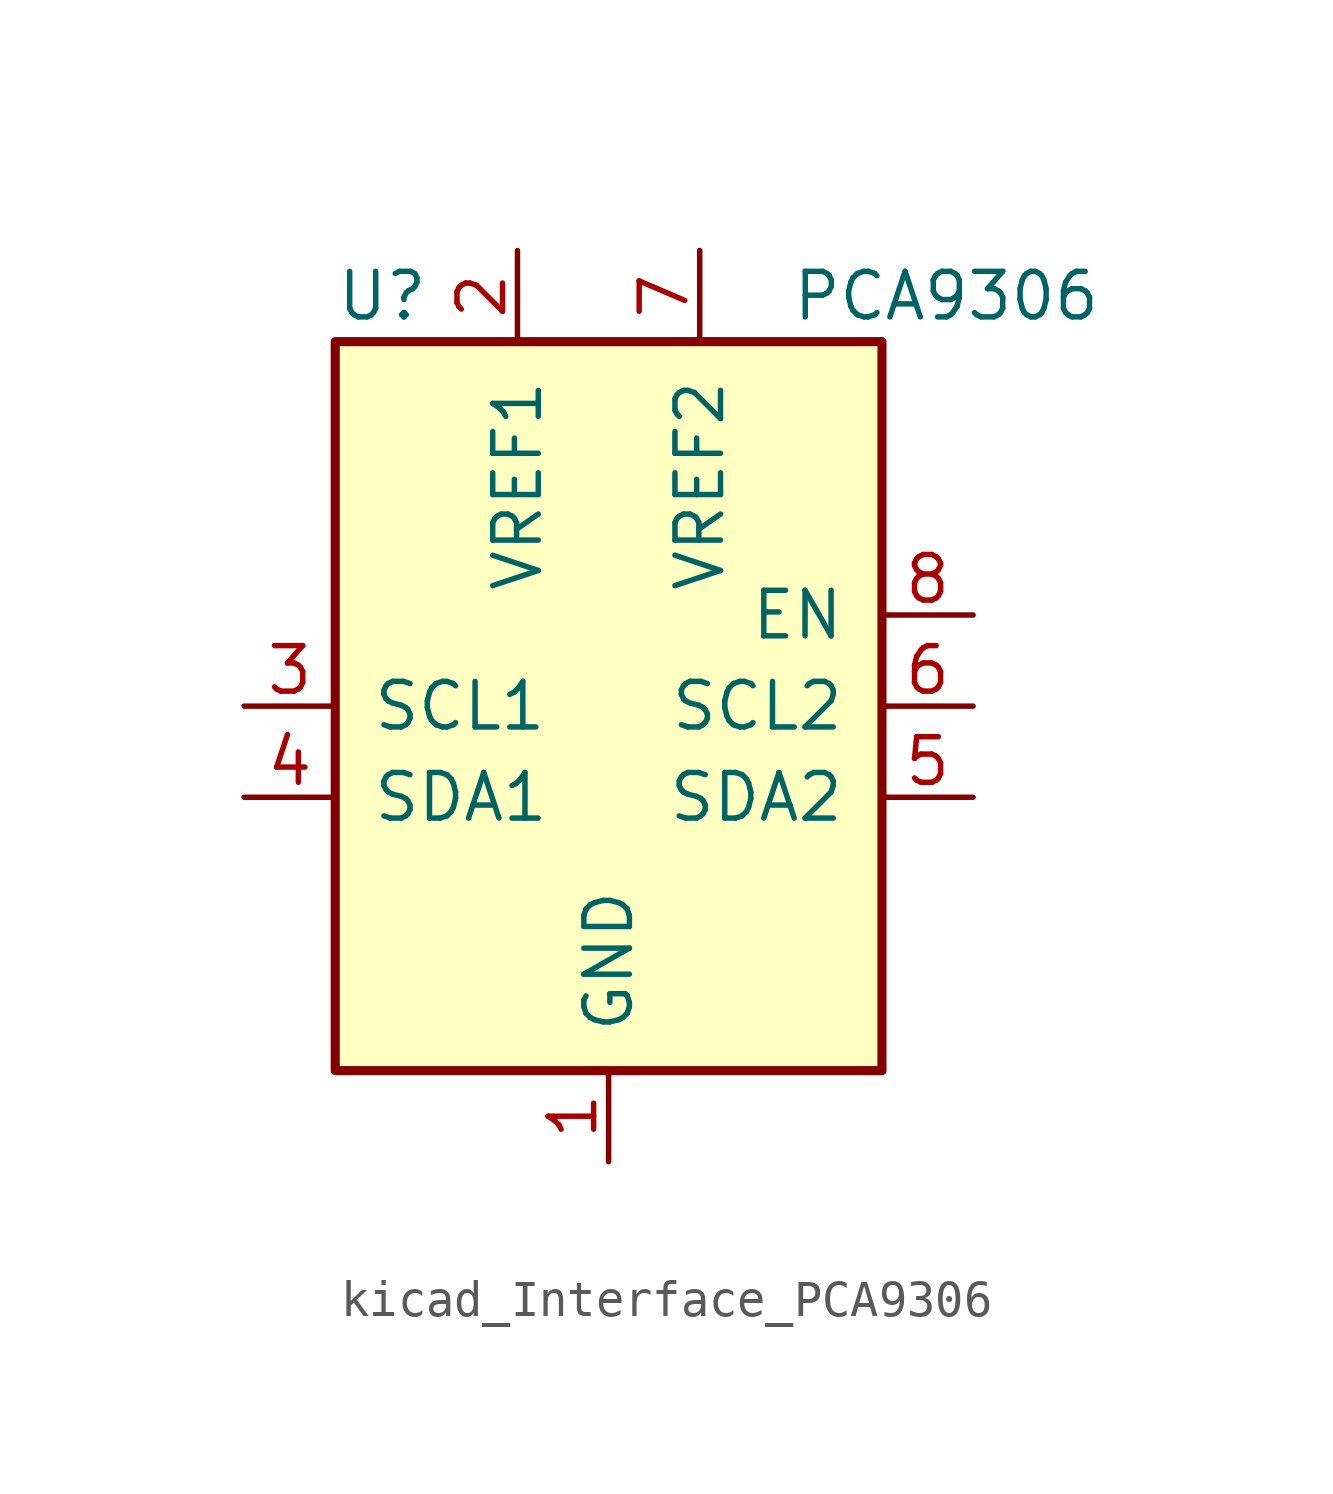
<source format=kicad_sym>
(kicad_symbol_lib
  (version 20220914)
  (generator kicad_symbol_editor)
  (symbol "kicad_Interface_PCA9306"
    (pin_names
      (offset 1.016))
    (property "Reference" "U"
      (at -7.62 11.43 0)
      (effects (font (size 1.27 1.27)) (justify left)))
    (property "Value" "PCA9306"
      (at 5.08 11.43 0)
      (effects (font (size 1.27 1.27)) (justify left)))
    (symbol "kicad_Interface_PCA9306_0_1"
      (rectangle (start -7.62 10.16) (end 7.62 -10.16) (stroke (width 0.254) (type default)) (fill (type background))))
    (symbol "kicad_Interface_PCA9306_1_1"
      (pin power_in line (at 0 -12.7 90) (length 2.54) (name "GND" (effects (font (size 1.27 1.27)))) (number "1" (effects (font (size 1.27 1.27)))))
      (pin power_in line (at -2.54 12.7 270) (length 2.54) (name "VREF1" (effects (font (size 1.27 1.27)))) (number "2" (effects (font (size 1.27 1.27)))))
      (pin bidirectional line (at -10.16 0 0) (length 2.54) (name "SCL1" (effects (font (size 1.27 1.27)))) (number "3" (effects (font (size 1.27 1.27)))))
      (pin bidirectional line (at -10.16 -2.54 0) (length 2.54) (name "SDA1" (effects (font (size 1.27 1.27)))) (number "4" (effects (font (size 1.27 1.27)))))
      (pin bidirectional line (at 10.16 -2.54 180) (length 2.54) (name "SDA2" (effects (font (size 1.27 1.27)))) (number "5" (effects (font (size 1.27 1.27)))))
      (pin bidirectional line (at 10.16 0 180) (length 2.54) (name "SCL2" (effects (font (size 1.27 1.27)))) (number "6" (effects (font (size 1.27 1.27)))))
      (pin power_in line (at 2.54 12.7 270) (length 2.54) (name "VREF2" (effects (font (size 1.27 1.27)))) (number "7" (effects (font (size 1.27 1.27)))))
      (pin input line (at 10.16 2.54 180) (length 2.54) (name "EN" (effects (font (size 1.27 1.27)))) (number "8" (effects (font (size 1.27 1.27))))))))
</source>
